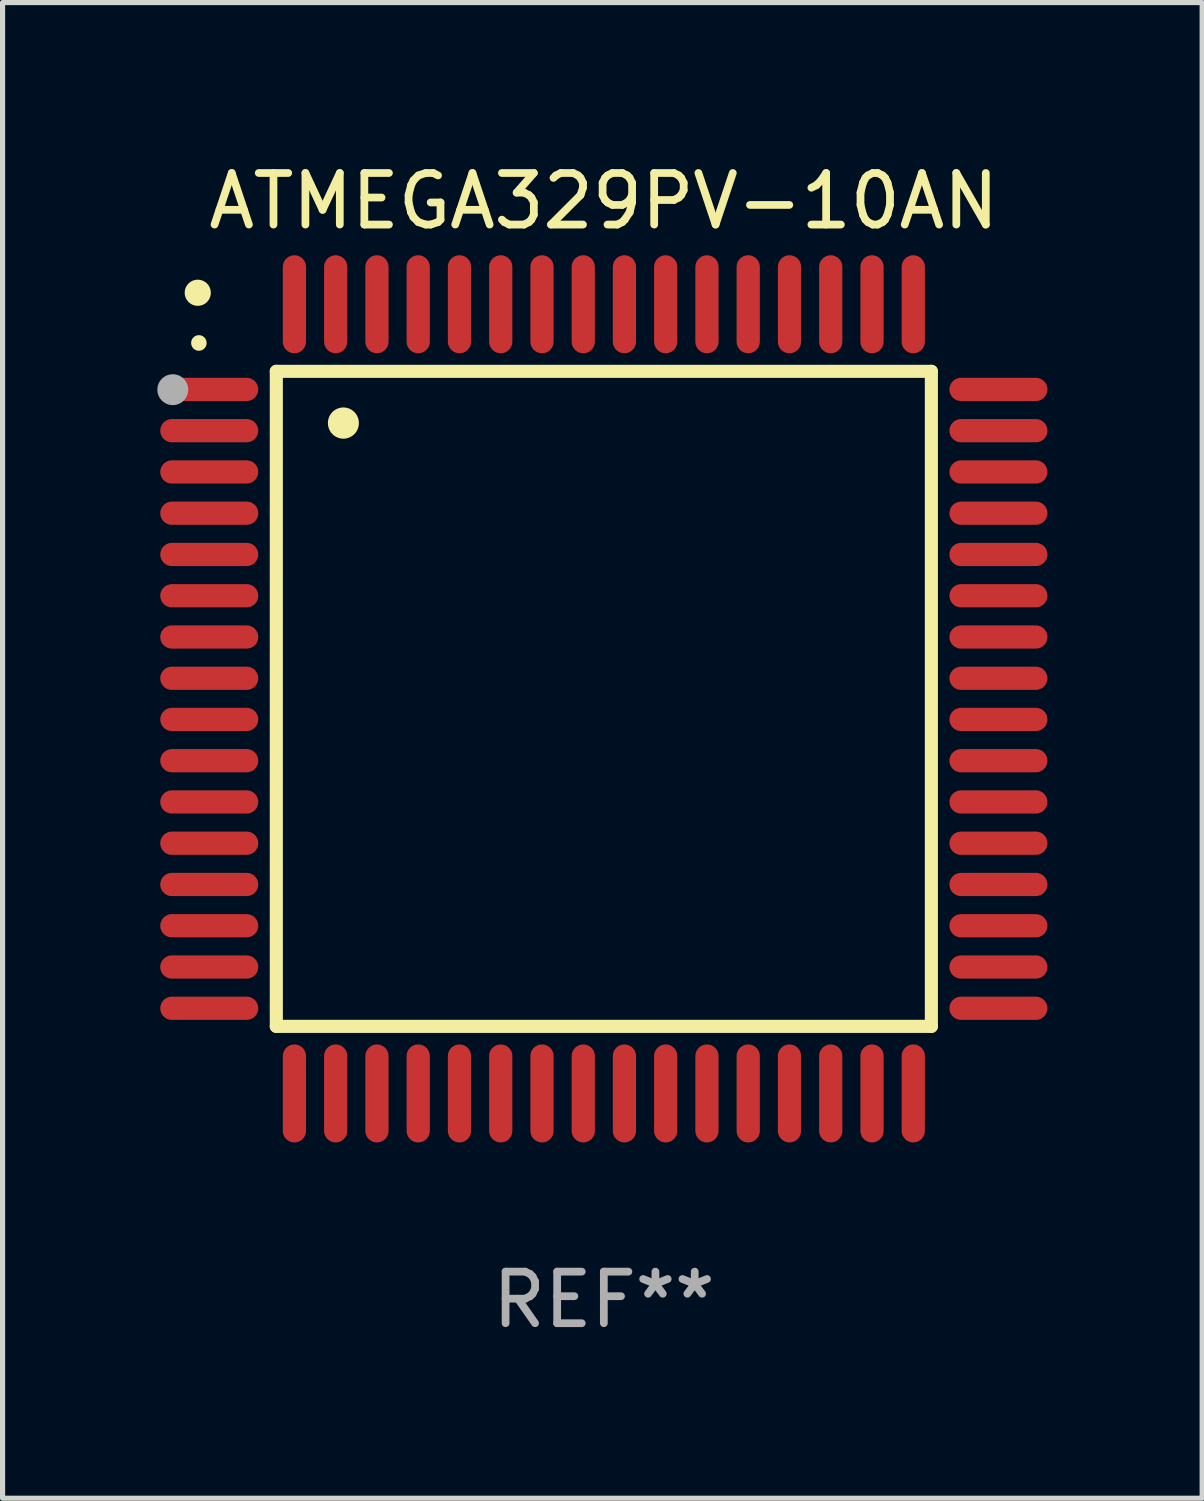
<source format=kicad_pcb>
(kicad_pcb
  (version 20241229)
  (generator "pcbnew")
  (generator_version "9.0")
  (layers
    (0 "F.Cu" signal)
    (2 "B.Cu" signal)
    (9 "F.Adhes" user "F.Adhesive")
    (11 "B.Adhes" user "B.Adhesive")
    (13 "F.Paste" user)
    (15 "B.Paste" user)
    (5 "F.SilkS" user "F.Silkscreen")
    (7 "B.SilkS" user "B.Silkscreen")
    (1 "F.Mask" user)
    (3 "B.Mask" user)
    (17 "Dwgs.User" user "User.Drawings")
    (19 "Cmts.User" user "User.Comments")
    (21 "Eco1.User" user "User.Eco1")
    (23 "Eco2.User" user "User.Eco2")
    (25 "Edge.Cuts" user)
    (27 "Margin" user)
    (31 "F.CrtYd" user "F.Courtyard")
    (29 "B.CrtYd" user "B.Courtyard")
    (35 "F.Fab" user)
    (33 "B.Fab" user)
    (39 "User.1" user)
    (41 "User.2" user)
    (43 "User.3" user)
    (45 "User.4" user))
  (footprint "ATMEGA329PV-10AN"
    (layer "F.Cu")
    (at 8.657 10.499)
    (property "Reference" "ATMEGA329PV-10AN" (at 0 -9.65 0) (layer "F.SilkS") (effects (font (size 1 1) (thickness 0.15))))
    (attr through_hole)
    (fp_line (start -6.35 -6.35) (end 6.35 -6.35) (stroke (width 0.254) (type solid)) (layer "F.SilkS"))
    (fp_line (start -6.35 6.35) (end -6.35 -6.35) (stroke (width 0.254) (type solid)) (layer "F.SilkS"))
    (fp_line (start 6.35 -6.35) (end 6.35 6.35) (stroke (width 0.254) (type solid)) (layer "F.SilkS"))
    (fp_line (start 6.35 6.35) (end -6.35 6.35) (stroke (width 0.254) (type solid)) (layer "F.SilkS"))
    (fp_arc (start -7.851156 -6.898654) (mid -7.851161 -6.899924) (end -7.851156 -6.901194) (stroke (width 0.3) (type solid)) (layer "F.SilkS"))
    (fp_arc (start -5.04953 -5.344171) (mid -5.049541 -5.346711) (end -5.04953 -5.349251) (stroke (width 0.6) (type solid)) (layer "F.SilkS"))
    (fp_circle (center -7.873 -7.873) (end -7.746 -7.873) (stroke (width 0.254) (type solid)) (fill no) (layer "F.SilkS"))
    (fp_circle (center -8.357 -5.994) (end -8.207 -5.994) (stroke (width 0.3) (type solid)) (fill no) (layer "F.Fab"))
    (fp_text user "REF**" (at 0 11.65 0) (layer "F.Fab") (effects (font (size 1 1) (thickness 0.15))))
    (pad "1" smd oval (at -7.65 -5.999 90) (size 0.45 1.9) (layers "F.Cu" "F.Mask" "F.Paste"))
    (pad "2" smd oval (at -7.65 -5.199 90) (size 0.45 1.9) (layers "F.Cu" "F.Mask" "F.Paste"))
    (pad "3" smd oval (at -7.65 -4.399 90) (size 0.45 1.9) (layers "F.Cu" "F.Mask" "F.Paste"))
    (pad "4" smd oval (at -7.65 -3.599 90) (size 0.45 1.9) (layers "F.Cu" "F.Mask" "F.Paste"))
    (pad "5" smd oval (at -7.65 -2.799 90) (size 0.45 1.9) (layers "F.Cu" "F.Mask" "F.Paste"))
    (pad "6" smd oval (at -7.65 -1.999 90) (size 0.45 1.9) (layers "F.Cu" "F.Mask" "F.Paste"))
    (pad "7" smd oval (at -7.65 -1.199 90) (size 0.45 1.9) (layers "F.Cu" "F.Mask" "F.Paste"))
    (pad "8" smd oval (at -7.65 -0.399 90) (size 0.45 1.9) (layers "F.Cu" "F.Mask" "F.Paste"))
    (pad "9" smd oval (at -7.65 0.399 90) (size 0.45 1.9) (layers "F.Cu" "F.Mask" "F.Paste"))
    (pad "10" smd oval (at -7.65 1.199 90) (size 0.45 1.9) (layers "F.Cu" "F.Mask" "F.Paste"))
    (pad "11" smd oval (at -7.65 1.999 90) (size 0.45 1.9) (layers "F.Cu" "F.Mask" "F.Paste"))
    (pad "12" smd oval (at -7.65 2.799 90) (size 0.45 1.9) (layers "F.Cu" "F.Mask" "F.Paste"))
    (pad "13" smd oval (at -7.65 3.599 90) (size 0.45 1.9) (layers "F.Cu" "F.Mask" "F.Paste"))
    (pad "14" smd oval (at -7.65 4.399 90) (size 0.45 1.9) (layers "F.Cu" "F.Mask" "F.Paste"))
    (pad "15" smd oval (at -7.65 5.199 90) (size 0.45 1.9) (layers "F.Cu" "F.Mask" "F.Paste"))
    (pad "16" smd oval (at -7.65 5.999 90) (size 0.45 1.9) (layers "F.Cu" "F.Mask" "F.Paste"))
    (pad "17" smd oval (at -5.999 7.65) (size 0.45 1.9) (layers "F.Cu" "F.Mask" "F.Paste"))
    (pad "18" smd oval (at -5.199 7.65) (size 0.45 1.9) (layers "F.Cu" "F.Mask" "F.Paste"))
    (pad "19" smd oval (at -4.399 7.65) (size 0.45 1.9) (layers "F.Cu" "F.Mask" "F.Paste"))
    (pad "20" smd oval (at -3.599 7.65) (size 0.45 1.9) (layers "F.Cu" "F.Mask" "F.Paste"))
    (pad "21" smd oval (at -2.799 7.65) (size 0.45 1.9) (layers "F.Cu" "F.Mask" "F.Paste"))
    (pad "22" smd oval (at -1.999 7.65) (size 0.45 1.9) (layers "F.Cu" "F.Mask" "F.Paste"))
    (pad "23" smd oval (at -1.199 7.65) (size 0.45 1.9) (layers "F.Cu" "F.Mask" "F.Paste"))
    (pad "24" smd oval (at -0.399 7.65) (size 0.45 1.9) (layers "F.Cu" "F.Mask" "F.Paste"))
    (pad "25" smd oval (at 0.399 7.65) (size 0.45 1.9) (layers "F.Cu" "F.Mask" "F.Paste"))
    (pad "26" smd oval (at 1.199 7.65) (size 0.45 1.9) (layers "F.Cu" "F.Mask" "F.Paste"))
    (pad "27" smd oval (at 1.999 7.65) (size 0.45 1.9) (layers "F.Cu" "F.Mask" "F.Paste"))
    (pad "28" smd oval (at 2.799 7.65) (size 0.45 1.9) (layers "F.Cu" "F.Mask" "F.Paste"))
    (pad "29" smd oval (at 3.599 7.65) (size 0.45 1.9) (layers "F.Cu" "F.Mask" "F.Paste"))
    (pad "30" smd oval (at 4.399 7.65) (size 0.45 1.9) (layers "F.Cu" "F.Mask" "F.Paste"))
    (pad "31" smd oval (at 5.199 7.65) (size 0.45 1.9) (layers "F.Cu" "F.Mask" "F.Paste"))
    (pad "32" smd oval (at 5.999 7.65) (size 0.45 1.9) (layers "F.Cu" "F.Mask" "F.Paste"))
    (pad "33" smd oval (at 7.65 5.999 90) (size 0.45 1.9) (layers "F.Cu" "F.Mask" "F.Paste"))
    (pad "34" smd oval (at 7.65 5.199 90) (size 0.45 1.9) (layers "F.Cu" "F.Mask" "F.Paste"))
    (pad "35" smd oval (at 7.65 4.399 90) (size 0.45 1.9) (layers "F.Cu" "F.Mask" "F.Paste"))
    (pad "36" smd oval (at 7.65 3.599 90) (size 0.45 1.9) (layers "F.Cu" "F.Mask" "F.Paste"))
    (pad "37" smd oval (at 7.65 2.799 90) (size 0.45 1.9) (layers "F.Cu" "F.Mask" "F.Paste"))
    (pad "38" smd oval (at 7.65 1.999 90) (size 0.45 1.9) (layers "F.Cu" "F.Mask" "F.Paste"))
    (pad "39" smd oval (at 7.65 1.199 90) (size 0.45 1.9) (layers "F.Cu" "F.Mask" "F.Paste"))
    (pad "40" smd oval (at 7.65 0.399 90) (size 0.45 1.9) (layers "F.Cu" "F.Mask" "F.Paste"))
    (pad "41" smd oval (at 7.65 -0.399 90) (size 0.45 1.9) (layers "F.Cu" "F.Mask" "F.Paste"))
    (pad "42" smd oval (at 7.65 -1.199 90) (size 0.45 1.9) (layers "F.Cu" "F.Mask" "F.Paste"))
    (pad "43" smd oval (at 7.65 -1.999 90) (size 0.45 1.9) (layers "F.Cu" "F.Mask" "F.Paste"))
    (pad "44" smd oval (at 7.65 -2.799 90) (size 0.45 1.9) (layers "F.Cu" "F.Mask" "F.Paste"))
    (pad "45" smd oval (at 7.65 -3.599 90) (size 0.45 1.9) (layers "F.Cu" "F.Mask" "F.Paste"))
    (pad "46" smd oval (at 7.65 -4.399 90) (size 0.45 1.9) (layers "F.Cu" "F.Mask" "F.Paste"))
    (pad "47" smd oval (at 7.65 -5.199 90) (size 0.45 1.9) (layers "F.Cu" "F.Mask" "F.Paste"))
    (pad "48" smd oval (at 7.65 -5.999 90) (size 0.45 1.9) (layers "F.Cu" "F.Mask" "F.Paste"))
    (pad "49" smd oval (at 5.999 -7.65) (size 0.45 1.9) (layers "F.Cu" "F.Mask" "F.Paste"))
    (pad "50" smd oval (at 5.199 -7.65) (size 0.45 1.9) (layers "F.Cu" "F.Mask" "F.Paste"))
    (pad "51" smd oval (at 4.399 -7.65) (size 0.45 1.9) (layers "F.Cu" "F.Mask" "F.Paste"))
    (pad "52" smd oval (at 3.599 -7.65) (size 0.45 1.9) (layers "F.Cu" "F.Mask" "F.Paste"))
    (pad "53" smd oval (at 2.799 -7.65) (size 0.45 1.9) (layers "F.Cu" "F.Mask" "F.Paste"))
    (pad "54" smd oval (at 1.999 -7.65) (size 0.45 1.9) (layers "F.Cu" "F.Mask" "F.Paste"))
    (pad "55" smd oval (at 1.199 -7.65) (size 0.45 1.9) (layers "F.Cu" "F.Mask" "F.Paste"))
    (pad "56" smd oval (at 0.399 -7.65) (size 0.45 1.9) (layers "F.Cu" "F.Mask" "F.Paste"))
    (pad "57" smd oval (at -0.399 -7.65) (size 0.45 1.9) (layers "F.Cu" "F.Mask" "F.Paste"))
    (pad "58" smd oval (at -1.199 -7.65) (size 0.45 1.9) (layers "F.Cu" "F.Mask" "F.Paste"))
    (pad "59" smd oval (at -1.999 -7.65) (size 0.45 1.9) (layers "F.Cu" "F.Mask" "F.Paste"))
    (pad "60" smd oval (at -2.799 -7.65) (size 0.45 1.9) (layers "F.Cu" "F.Mask" "F.Paste"))
    (pad "61" smd oval (at -3.599 -7.65) (size 0.45 1.9) (layers "F.Cu" "F.Mask" "F.Paste"))
    (pad "62" smd oval (at -4.399 -7.65) (size 0.45 1.9) (layers "F.Cu" "F.Mask" "F.Paste"))
    (pad "63" smd oval (at -5.199 -7.65) (size 0.45 1.9) (layers "F.Cu" "F.Mask" "F.Paste"))
    (pad "64" smd oval (at -5.999 -7.65) (size 0.45 1.9) (layers "F.Cu" "F.Mask" "F.Paste")))
  (gr_rect
    (start -3 -3)
    (end 20.257 25.997)
    (stroke (width 0.1) (type default))
    (fill no)
    (layer "Edge.Cuts")))
</source>
